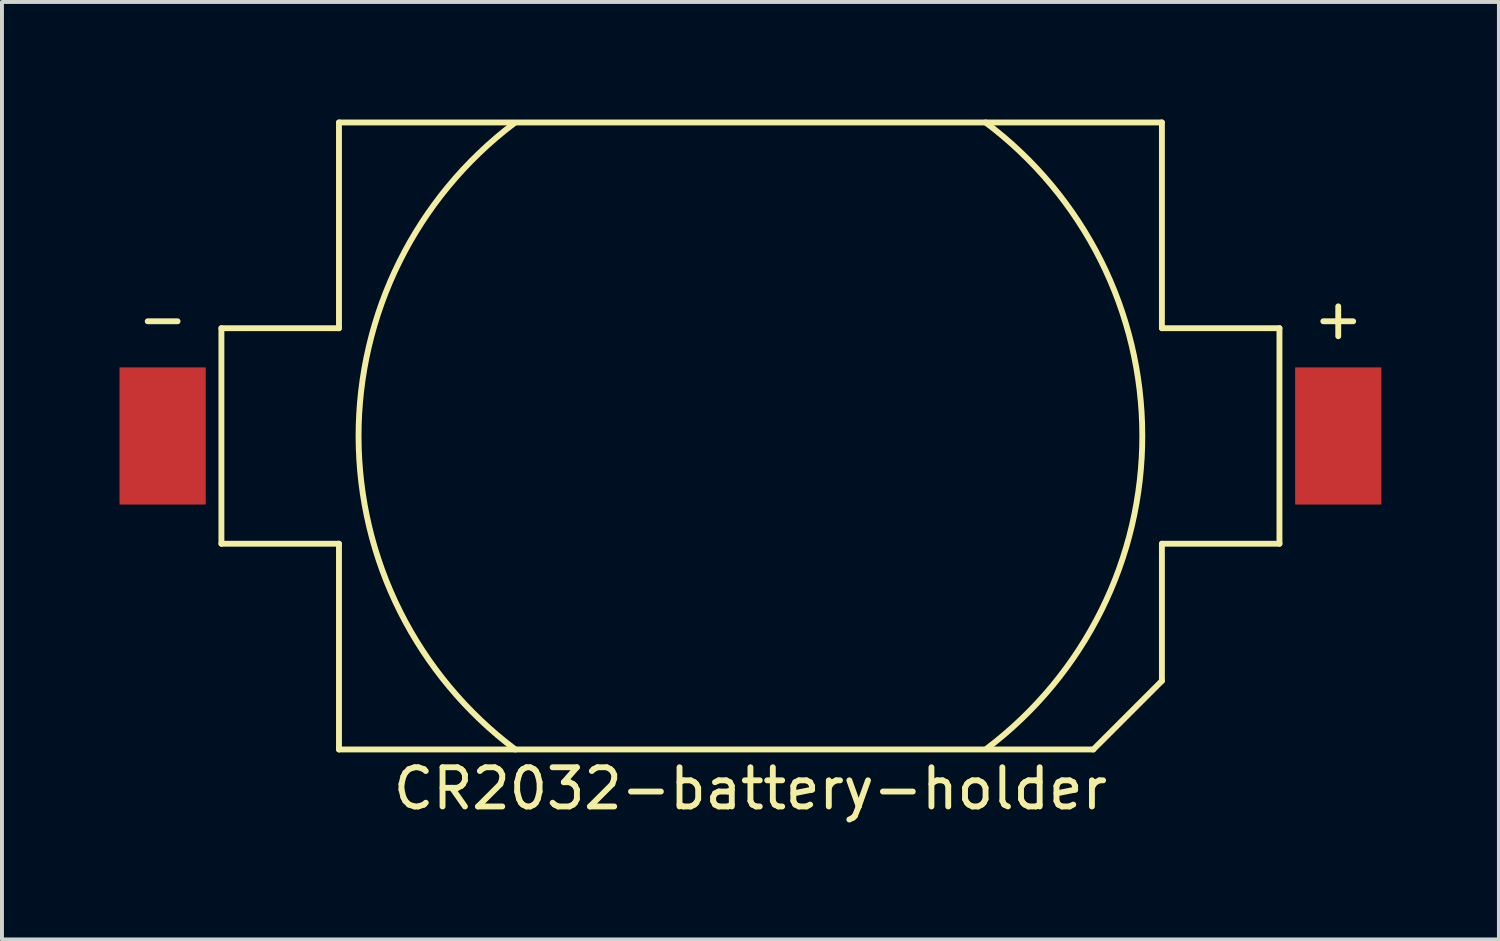
<source format=kicad_pcb>
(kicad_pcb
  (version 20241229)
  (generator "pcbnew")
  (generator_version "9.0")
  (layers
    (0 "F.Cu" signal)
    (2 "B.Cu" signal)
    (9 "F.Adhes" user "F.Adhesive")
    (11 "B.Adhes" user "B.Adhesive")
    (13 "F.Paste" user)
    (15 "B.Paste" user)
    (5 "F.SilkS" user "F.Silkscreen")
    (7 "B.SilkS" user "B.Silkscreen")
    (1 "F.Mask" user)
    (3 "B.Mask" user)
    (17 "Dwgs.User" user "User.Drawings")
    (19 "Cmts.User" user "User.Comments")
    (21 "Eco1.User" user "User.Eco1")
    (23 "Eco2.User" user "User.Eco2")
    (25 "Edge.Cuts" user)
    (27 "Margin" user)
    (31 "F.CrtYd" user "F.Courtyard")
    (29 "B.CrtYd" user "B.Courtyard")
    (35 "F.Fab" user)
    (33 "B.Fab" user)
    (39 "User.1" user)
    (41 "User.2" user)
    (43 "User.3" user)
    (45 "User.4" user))
  (footprint "CR2032-battery-holder"
    (layer "F.Cu")
    (at 16.1 8.075)
    (property "Reference" "CR2032-battery-holder" (at 0 9 0) (layer "F.SilkS") (effects (font (size 1 1) (thickness 0.15))))
    (attr through_hole)
    (fp_line (start -13.5 -2.75) (end -13.5 2.75) (stroke (width 0.15) (type solid)) (layer "F.SilkS"))
    (fp_line (start -13.5 2.75) (end -10.5 2.75) (stroke (width 0.15) (type solid)) (layer "F.SilkS"))
    (fp_line (start -10.5 -8) (end -10.5 -2.75) (stroke (width 0.15) (type solid)) (layer "F.SilkS"))
    (fp_line (start -10.5 -8) (end 10.5 -8) (stroke (width 0.15) (type solid)) (layer "F.SilkS"))
    (fp_line (start -10.5 -2.75) (end -13.5 -2.75) (stroke (width 0.15) (type solid)) (layer "F.SilkS"))
    (fp_line (start -10.5 2.75) (end -10.5 8) (stroke (width 0.15) (type solid)) (layer "F.SilkS"))
    (fp_line (start 8.75 8) (end -10.5 8) (stroke (width 0.15) (type solid)) (layer "F.SilkS"))
    (fp_line (start 10.5 -8) (end 10.5 -2.75) (stroke (width 0.15) (type solid)) (layer "F.SilkS"))
    (fp_line (start 10.5 2.75) (end 10.5 6.25) (stroke (width 0.15) (type solid)) (layer "F.SilkS"))
    (fp_line (start 10.5 2.75) (end 13.5 2.75) (stroke (width 0.15) (type solid)) (layer "F.SilkS"))
    (fp_line (start 10.5 6.25) (end 8.75 8) (stroke (width 0.15) (type solid)) (layer "F.SilkS"))
    (fp_line (start 13.5 -2.75) (end 10.5 -2.75) (stroke (width 0.15) (type solid)) (layer "F.SilkS"))
    (fp_line (start 13.5 -2.75) (end 13.5 2.75) (stroke (width 0.15) (type solid)) (layer "F.SilkS"))
    (fp_arc (start -6 8) (mid -9.999974 0.022707) (end -6.036269 -7.972669) (stroke (width 0.15) (type solid)) (layer "F.SilkS"))
    (fp_arc (start 6 -8) (mid 9.999974 -0.022707) (end 6.036269 7.972669) (stroke (width 0.15) (type solid)) (layer "F.SilkS"))
    (fp_text user "+" (at 15 -3 0) (layer "F.SilkS") (effects (font (size 1 1) (thickness 0.15))))
    (fp_text user "-" (at -15 -3 0) (layer "F.SilkS") (effects (font (size 1 1) (thickness 0.15))))
    (pad "1" smd rect (at 15 0) (size 2.2 3.5) (layers "F.Cu" "F.Mask" "F.Paste"))
    (pad "2" smd rect (at -15 0) (size 2.2 3.5) (layers "F.Cu" "F.Mask" "F.Paste")))
  (gr_rect
    (start -3 -3)
    (end 35.2 20.923)
    (stroke (width 0.1) (type default))
    (fill no)
    (layer "Edge.Cuts")))
</source>
